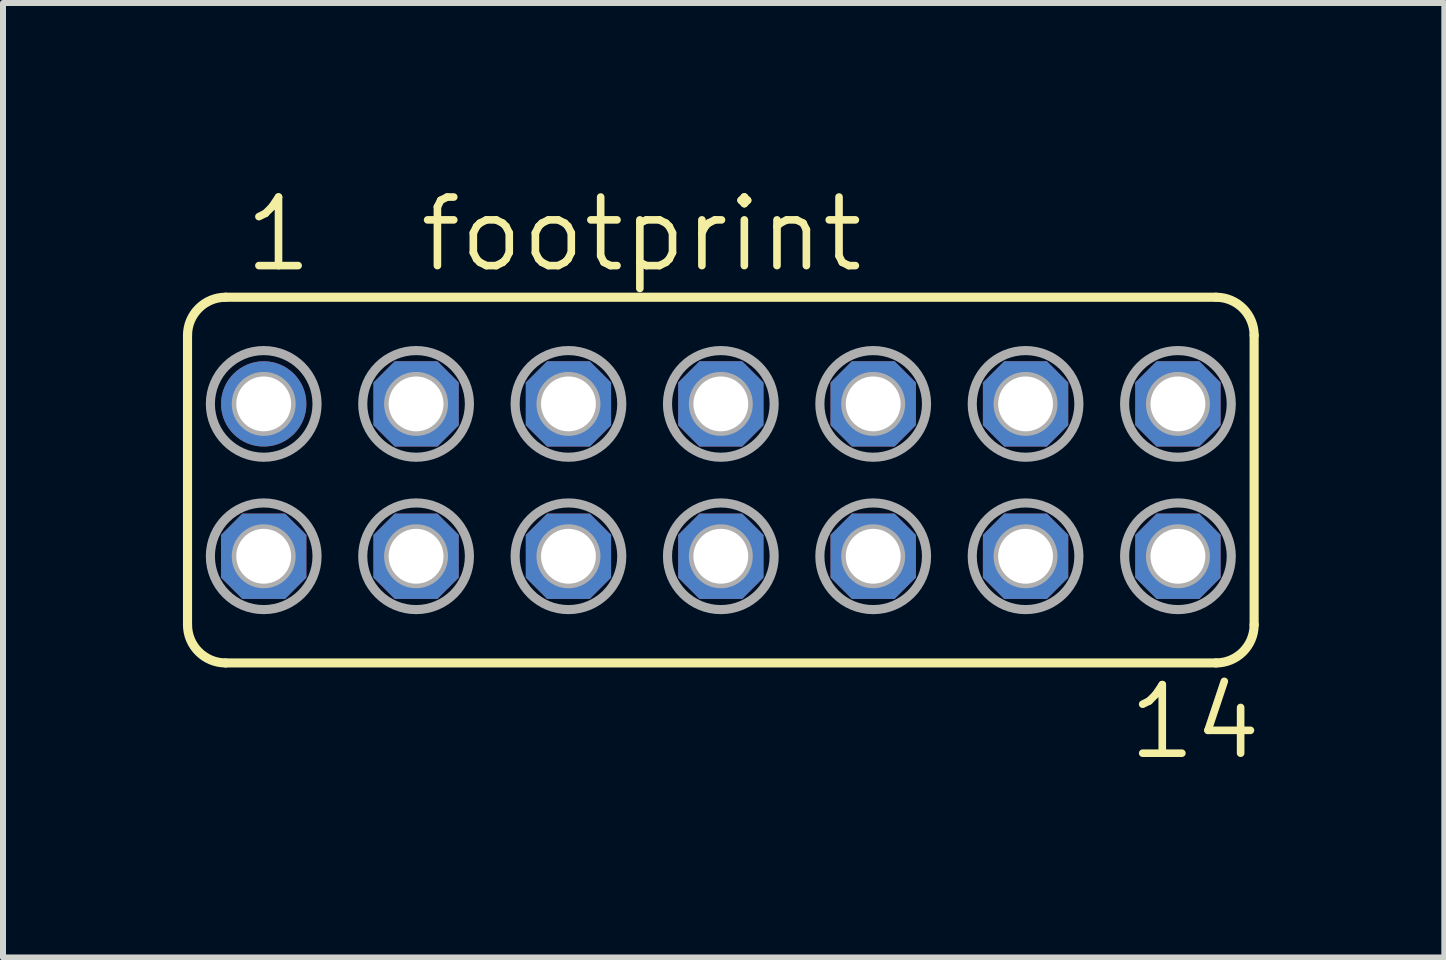
<source format=kicad_pcb>
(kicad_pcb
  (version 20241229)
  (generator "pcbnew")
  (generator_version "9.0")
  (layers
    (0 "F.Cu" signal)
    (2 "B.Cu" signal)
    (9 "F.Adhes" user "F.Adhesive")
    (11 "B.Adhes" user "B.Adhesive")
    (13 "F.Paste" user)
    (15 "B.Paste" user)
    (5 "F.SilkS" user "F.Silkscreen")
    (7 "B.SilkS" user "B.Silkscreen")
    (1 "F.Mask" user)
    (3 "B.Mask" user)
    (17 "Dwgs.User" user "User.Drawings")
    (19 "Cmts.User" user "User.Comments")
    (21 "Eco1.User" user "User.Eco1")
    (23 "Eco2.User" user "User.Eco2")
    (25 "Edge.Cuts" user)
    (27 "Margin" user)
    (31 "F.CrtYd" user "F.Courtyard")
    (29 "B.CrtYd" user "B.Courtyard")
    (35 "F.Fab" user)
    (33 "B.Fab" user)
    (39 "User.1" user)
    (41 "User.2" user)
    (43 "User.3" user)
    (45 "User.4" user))
  (footprint "footprint"
    (layer "F.Cu")
    (at 8.966 4.953)
    (property "Reference" "footprint" (at -5.08 -3.429 0) (layer "F.SilkS") (effects (font (size 1.143 1.143) (thickness 0.127)) (justify left bottom)))
    (fp_line (start -8.89 2.413) (end -8.89 -2.413) (stroke (width 0.152) (type solid)) (layer "F.SilkS"))
    (fp_line (start -8.255 -3.048) (end 8.255 -3.048) (stroke (width 0.152) (type solid)) (layer "F.SilkS"))
    (fp_line (start -8.255 3.048) (end 8.255 3.048) (stroke (width 0.152) (type solid)) (layer "F.SilkS"))
    (fp_line (start 8.89 2.413) (end 8.89 -2.413) (stroke (width 0.152) (type solid)) (layer "F.SilkS"))
    (fp_arc (start -8.89 -2.413) (mid -8.704013 -2.862013) (end -8.255 -3.048) (stroke (width 0.1524) (type solid)) (layer "F.SilkS"))
    (fp_arc (start -8.255 3.048) (mid -8.704013 2.862013) (end -8.89 2.413) (stroke (width 0.1524) (type solid)) (layer "F.SilkS"))
    (fp_arc (start 8.255 -3.048) (mid 8.704013 -2.862013) (end 8.89 -2.413) (stroke (width 0.1524) (type solid)) (layer "F.SilkS"))
    (fp_arc (start 8.89 2.413) (mid 8.704013 2.862013) (end 8.255 3.048) (stroke (width 0.1524) (type solid)) (layer "F.SilkS"))
    (fp_circle (center -7.62 -1.27) (end -7.493 -1.27) (stroke (width 0.406) (type solid)) (fill no) (layer "F.Fab"))
    (fp_circle (center -7.62 -1.27) (end -6.731 -1.27) (stroke (width 0.152) (type solid)) (fill no) (layer "F.Fab"))
    (fp_circle (center -7.62 1.27) (end -7.493 1.27) (stroke (width 0.406) (type solid)) (fill no) (layer "F.Fab"))
    (fp_circle (center -7.62 1.27) (end -6.731 1.27) (stroke (width 0.152) (type solid)) (fill no) (layer "F.Fab"))
    (fp_circle (center -5.08 -1.27) (end -4.953 -1.27) (stroke (width 0.406) (type solid)) (fill no) (layer "F.Fab"))
    (fp_circle (center -5.08 -1.27) (end -4.191 -1.27) (stroke (width 0.152) (type solid)) (fill no) (layer "F.Fab"))
    (fp_circle (center -5.08 1.27) (end -4.953 1.27) (stroke (width 0.406) (type solid)) (fill no) (layer "F.Fab"))
    (fp_circle (center -5.08 1.27) (end -4.191 1.27) (stroke (width 0.152) (type solid)) (fill no) (layer "F.Fab"))
    (fp_circle (center -2.54 -1.27) (end -2.413 -1.27) (stroke (width 0.406) (type solid)) (fill no) (layer "F.Fab"))
    (fp_circle (center -2.54 -1.27) (end -1.651 -1.27) (stroke (width 0.152) (type solid)) (fill no) (layer "F.Fab"))
    (fp_circle (center -2.54 1.27) (end -2.413 1.27) (stroke (width 0.406) (type solid)) (fill no) (layer "F.Fab"))
    (fp_circle (center -2.54 1.27) (end -1.651 1.27) (stroke (width 0.152) (type solid)) (fill no) (layer "F.Fab"))
    (fp_circle (center 0 -1.27) (end 0.127 -1.27) (stroke (width 0.406) (type solid)) (fill no) (layer "F.Fab"))
    (fp_circle (center 0 -1.27) (end 0.889 -1.27) (stroke (width 0.152) (type solid)) (fill no) (layer "F.Fab"))
    (fp_circle (center 0 1.27) (end 0.127 1.27) (stroke (width 0.406) (type solid)) (fill no) (layer "F.Fab"))
    (fp_circle (center 0 1.27) (end 0.889 1.27) (stroke (width 0.152) (type solid)) (fill no) (layer "F.Fab"))
    (fp_circle (center 2.54 -1.27) (end 2.667 -1.27) (stroke (width 0.406) (type solid)) (fill no) (layer "F.Fab"))
    (fp_circle (center 2.54 -1.27) (end 3.429 -1.27) (stroke (width 0.152) (type solid)) (fill no) (layer "F.Fab"))
    (fp_circle (center 2.54 1.27) (end 2.667 1.27) (stroke (width 0.406) (type solid)) (fill no) (layer "F.Fab"))
    (fp_circle (center 2.54 1.27) (end 3.429 1.27) (stroke (width 0.152) (type solid)) (fill no) (layer "F.Fab"))
    (fp_circle (center 5.08 -1.27) (end 5.207 -1.27) (stroke (width 0.406) (type solid)) (fill no) (layer "F.Fab"))
    (fp_circle (center 5.08 -1.27) (end 5.969 -1.27) (stroke (width 0.152) (type solid)) (fill no) (layer "F.Fab"))
    (fp_circle (center 5.08 1.27) (end 5.207 1.27) (stroke (width 0.406) (type solid)) (fill no) (layer "F.Fab"))
    (fp_circle (center 5.08 1.27) (end 5.969 1.27) (stroke (width 0.152) (type solid)) (fill no) (layer "F.Fab"))
    (fp_circle (center 7.62 -1.27) (end 7.747 -1.27) (stroke (width 0.406) (type solid)) (fill no) (layer "F.Fab"))
    (fp_circle (center 7.62 -1.27) (end 8.509 -1.27) (stroke (width 0.152) (type solid)) (fill no) (layer "F.Fab"))
    (fp_circle (center 7.62 1.27) (end 7.747 1.27) (stroke (width 0.406) (type solid)) (fill no) (layer "F.Fab"))
    (fp_circle (center 7.62 1.27) (end 8.509 1.27) (stroke (width 0.152) (type solid)) (fill no) (layer "F.Fab"))
    (fp_text user "14" (at 6.731 4.699 0) (layer "F.SilkS") (effects (font (size 1.143 1.143) (thickness 0.127)) (justify left bottom)))
    (fp_text user "1" (at -8.001 -3.429 0) (layer "F.SilkS") (effects (font (size 1.143 1.143) (thickness 0.127)) (justify left bottom)))
    (pad "1" thru_hole circle (at -7.62 -1.27) (size 1.422 1.422) (drill 0.914) (layers "*.Cu" "*.Mask"))
    (pad "2" thru_hole roundrect (at -7.62 1.27) (size 1.422 1.422) (drill 0.914) (layers "*.Cu" "*.Mask") (roundrect_rratio 0.25) (chamfer_ratio 0.25) (chamfer top_left top_right bottom_left bottom_right))
    (pad "3" thru_hole roundrect (at -5.08 -1.27) (size 1.422 1.422) (drill 0.914) (layers "*.Cu" "*.Mask") (roundrect_rratio 0.25) (chamfer_ratio 0.25) (chamfer top_left top_right bottom_left bottom_right))
    (pad "4" thru_hole roundrect (at -5.08 1.27) (size 1.422 1.422) (drill 0.914) (layers "*.Cu" "*.Mask") (roundrect_rratio 0.25) (chamfer_ratio 0.25) (chamfer top_left top_right bottom_left bottom_right))
    (pad "5" thru_hole roundrect (at -2.54 -1.27) (size 1.422 1.422) (drill 0.914) (layers "*.Cu" "*.Mask") (roundrect_rratio 0.25) (chamfer_ratio 0.25) (chamfer top_left top_right bottom_left bottom_right))
    (pad "6" thru_hole roundrect (at -2.54 1.27) (size 1.422 1.422) (drill 0.914) (layers "*.Cu" "*.Mask") (roundrect_rratio 0.25) (chamfer_ratio 0.25) (chamfer top_left top_right bottom_left bottom_right))
    (pad "7" thru_hole roundrect (at 0 -1.27) (size 1.422 1.422) (drill 0.914) (layers "*.Cu" "*.Mask") (roundrect_rratio 0.25) (chamfer_ratio 0.25) (chamfer top_left top_right bottom_left bottom_right))
    (pad "8" thru_hole roundrect (at 0 1.27) (size 1.422 1.422) (drill 0.914) (layers "*.Cu" "*.Mask") (roundrect_rratio 0.25) (chamfer_ratio 0.25) (chamfer top_left top_right bottom_left bottom_right))
    (pad "9" thru_hole roundrect (at 2.54 -1.27) (size 1.422 1.422) (drill 0.914) (layers "*.Cu" "*.Mask") (roundrect_rratio 0.25) (chamfer_ratio 0.25) (chamfer top_left top_right bottom_left bottom_right))
    (pad "10" thru_hole roundrect (at 2.54 1.27) (size 1.422 1.422) (drill 0.914) (layers "*.Cu" "*.Mask") (roundrect_rratio 0.25) (chamfer_ratio 0.25) (chamfer top_left top_right bottom_left bottom_right))
    (pad "11" thru_hole roundrect (at 5.08 -1.27) (size 1.422 1.422) (drill 0.914) (layers "*.Cu" "*.Mask") (roundrect_rratio 0.25) (chamfer_ratio 0.25) (chamfer top_left top_right bottom_left bottom_right))
    (pad "12" thru_hole roundrect (at 5.08 1.27) (size 1.422 1.422) (drill 0.914) (layers "*.Cu" "*.Mask") (roundrect_rratio 0.25) (chamfer_ratio 0.25) (chamfer top_left top_right bottom_left bottom_right))
    (pad "13" thru_hole roundrect (at 7.62 -1.27) (size 1.422 1.422) (drill 0.914) (layers "*.Cu" "*.Mask") (roundrect_rratio 0.25) (chamfer_ratio 0.25) (chamfer top_left top_right bottom_left bottom_right))
    (pad "14" thru_hole roundrect (at 7.62 1.27) (size 1.422 1.422) (drill 0.914) (layers "*.Cu" "*.Mask") (roundrect_rratio 0.25) (chamfer_ratio 0.25) (chamfer top_left top_right bottom_left bottom_right)))
  (gr_rect
    (start -3 -3)
    (end 21.027 12.911)
    (stroke (width 0.1) (type default))
    (fill no)
    (layer "Edge.Cuts")))
</source>
